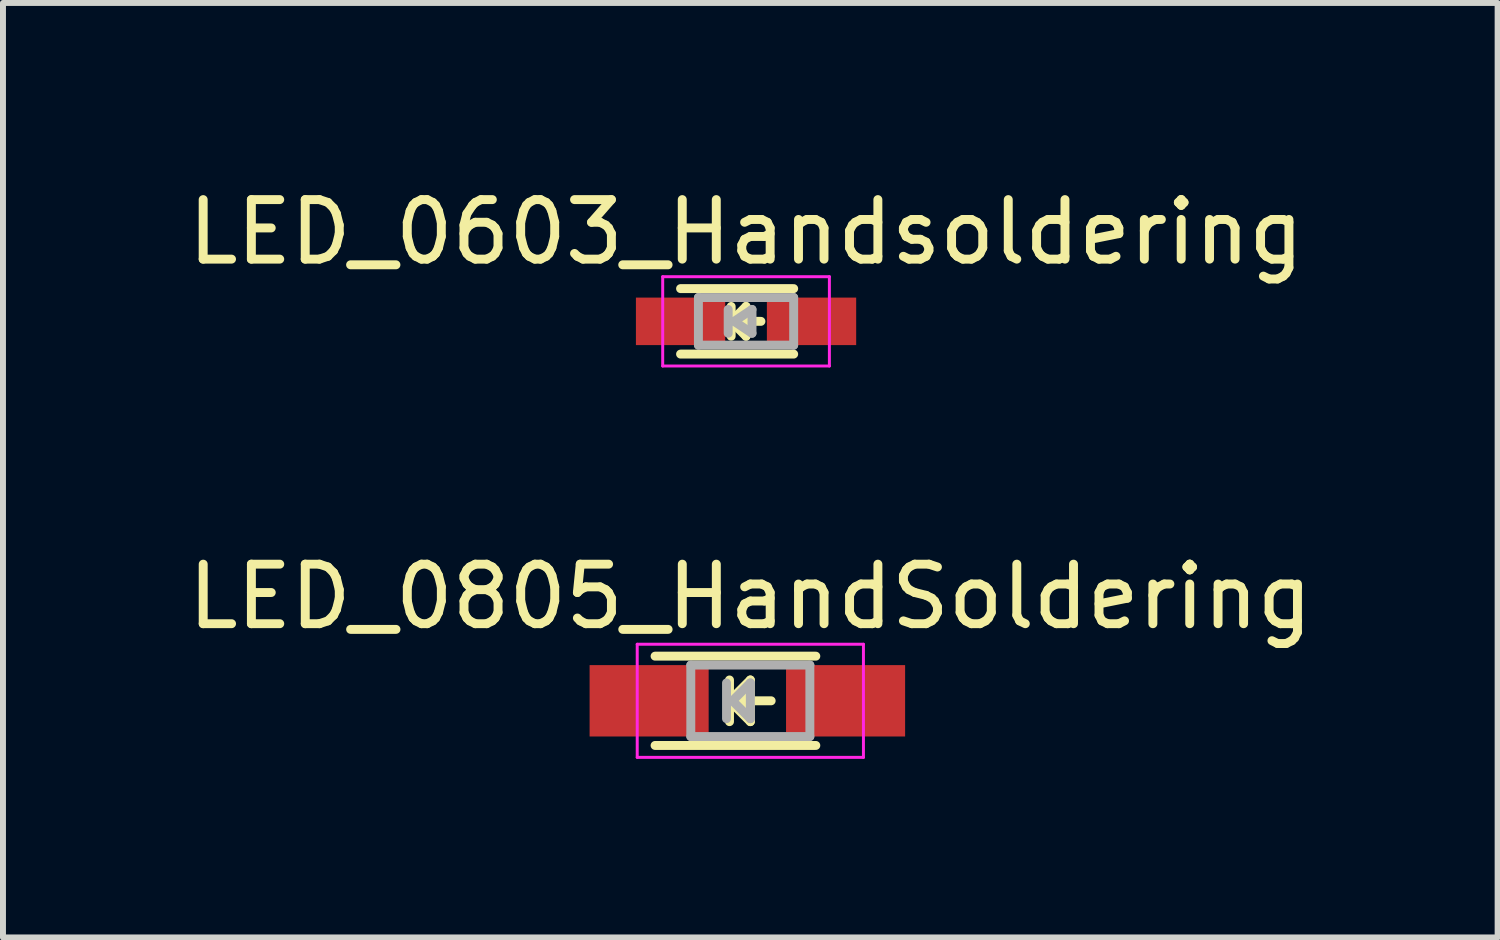
<source format=kicad_pcb>
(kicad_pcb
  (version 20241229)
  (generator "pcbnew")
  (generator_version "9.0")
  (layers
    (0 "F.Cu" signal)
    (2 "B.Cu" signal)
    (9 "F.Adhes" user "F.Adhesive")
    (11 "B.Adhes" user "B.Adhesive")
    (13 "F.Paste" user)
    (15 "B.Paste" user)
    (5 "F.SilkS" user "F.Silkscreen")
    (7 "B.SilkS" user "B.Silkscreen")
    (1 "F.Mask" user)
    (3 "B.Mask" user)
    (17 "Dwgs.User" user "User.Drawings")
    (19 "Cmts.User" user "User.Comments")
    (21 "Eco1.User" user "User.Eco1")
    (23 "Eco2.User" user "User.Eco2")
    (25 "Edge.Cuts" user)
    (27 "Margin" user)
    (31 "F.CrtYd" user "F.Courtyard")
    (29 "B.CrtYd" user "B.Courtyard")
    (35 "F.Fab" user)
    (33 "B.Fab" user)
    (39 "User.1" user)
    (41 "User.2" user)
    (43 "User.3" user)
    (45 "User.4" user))
  (footprint "LED_0603_Handsoldering"
    (layer "F.Cu")
    (at 9.482 2.348)
    (property "Reference" "LED_0603_Handsoldering" (at 0 -1.5 0) (layer "F.SilkS") (effects (font (size 1 1) (thickness 0.15))))
    (attr smd)
    (fp_line (start -1.1 -0.55) (end 0.8 -0.55) (stroke (width 0.15) (type solid)) (layer "F.SilkS"))
    (fp_line (start -1.1 0.55) (end 0.8 0.55) (stroke (width 0.15) (type solid)) (layer "F.SilkS"))
    (fp_line (start -0.25 -0.25) (end -0.25 0.25) (stroke (width 0.15) (type solid)) (layer "F.SilkS"))
    (fp_line (start -0.25 0) (end 0 -0.25) (stroke (width 0.15) (type solid)) (layer "F.SilkS"))
    (fp_line (start -0.2 0) (end 0.25 0) (stroke (width 0.15) (type solid)) (layer "F.SilkS"))
    (fp_line (start 0 -0.25) (end 0 0.25) (stroke (width 0.15) (type solid)) (layer "F.SilkS"))
    (fp_line (start 0 0.25) (end -0.25 0) (stroke (width 0.15) (type solid)) (layer "F.SilkS"))
    (fp_line (start -1.4 -0.75) (end 1.4 -0.75) (stroke (width 0.05) (type solid)) (layer "F.CrtYd"))
    (fp_line (start -1.4 0.75) (end -1.4 -0.75) (stroke (width 0.05) (type solid)) (layer "F.CrtYd"))
    (fp_line (start 1.4 -0.75) (end 1.4 0.75) (stroke (width 0.05) (type solid)) (layer "F.CrtYd"))
    (fp_line (start 1.4 0.75) (end -1.4 0.75) (stroke (width 0.05) (type solid)) (layer "F.CrtYd"))
    (fp_line (start -0.8 -0.4) (end 0.8 -0.4) (stroke (width 0.15) (type solid)) (layer "F.Fab"))
    (fp_line (start -0.8 0.4) (end -0.8 -0.4) (stroke (width 0.15) (type solid)) (layer "F.Fab"))
    (fp_line (start -0.3 -0.2) (end -0.3 0.2) (stroke (width 0.15) (type solid)) (layer "F.Fab"))
    (fp_line (start -0.2 0) (end 0.1 -0.2) (stroke (width 0.15) (type solid)) (layer "F.Fab"))
    (fp_line (start 0.1 -0.2) (end 0.1 0.2) (stroke (width 0.15) (type solid)) (layer "F.Fab"))
    (fp_line (start 0.1 0.2) (end -0.2 0) (stroke (width 0.15) (type solid)) (layer "F.Fab"))
    (fp_line (start 0.8 -0.4) (end 0.8 0.4) (stroke (width 0.15) (type solid)) (layer "F.Fab"))
    (fp_line (start 0.8 0.4) (end -0.8 0.4) (stroke (width 0.15) (type solid)) (layer "F.Fab"))
    (pad "1" smd rect (at -1.1 0 180) (size 1.5 0.798) (layers "F.Cu" "F.Mask" "F.Paste"))
    (pad "2" smd rect (at 1.1 0 180) (size 1.5 0.798) (layers "F.Cu" "F.Mask" "F.Paste")))
  (footprint "LED_0805_HandSoldering"
    (layer "F.Cu")
    (at 9.554 8.722)
    (property "Reference" "LED_0805_HandSoldering" (at 0 -1.75 0) (layer "F.SilkS") (effects (font (size 1 1) (thickness 0.15))))
    (attr smd)
    (fp_line (start -1.6 -0.75) (end 1.1 -0.75) (stroke (width 0.15) (type solid)) (layer "F.SilkS"))
    (fp_line (start -1.6 0.75) (end 1.1 0.75) (stroke (width 0.15) (type solid)) (layer "F.SilkS"))
    (fp_line (start -0.35 -0.35) (end -0.35 0.35) (stroke (width 0.15) (type solid)) (layer "F.SilkS"))
    (fp_line (start -0.35 0) (end 0 -0.35) (stroke (width 0.15) (type solid)) (layer "F.SilkS"))
    (fp_line (start -0.1 -0.1) (end -0.25 0.05) (stroke (width 0.15) (type solid)) (layer "F.SilkS"))
    (fp_line (start -0.1 0.15) (end -0.1 -0.1) (stroke (width 0.15) (type solid)) (layer "F.SilkS"))
    (fp_line (start 0 -0.35) (end 0 0.35) (stroke (width 0.15) (type solid)) (layer "F.SilkS"))
    (fp_line (start 0 0) (end 0.35 0) (stroke (width 0.15) (type solid)) (layer "F.SilkS"))
    (fp_line (start 0 0.35) (end -0.35 0) (stroke (width 0.15) (type solid)) (layer "F.SilkS"))
    (fp_line (start -1.9 -0.95) (end 1.9 -0.95) (stroke (width 0.05) (type solid)) (layer "F.CrtYd"))
    (fp_line (start -1.9 0.95) (end -1.9 -0.95) (stroke (width 0.05) (type solid)) (layer "F.CrtYd"))
    (fp_line (start 1.9 -0.95) (end 1.9 0.95) (stroke (width 0.05) (type solid)) (layer "F.CrtYd"))
    (fp_line (start 1.9 0.95) (end -1.9 0.95) (stroke (width 0.05) (type solid)) (layer "F.CrtYd"))
    (fp_line (start -1 -0.6) (end -1 0.6) (stroke (width 0.15) (type solid)) (layer "F.Fab"))
    (fp_line (start -1 0.6) (end 1 0.6) (stroke (width 0.15) (type solid)) (layer "F.Fab"))
    (fp_line (start -0.4 -0.3) (end -0.4 0.3) (stroke (width 0.15) (type solid)) (layer "F.Fab"))
    (fp_line (start -0.3 0) (end 0 -0.3) (stroke (width 0.15) (type solid)) (layer "F.Fab"))
    (fp_line (start 0 -0.3) (end 0 0.3) (stroke (width 0.15) (type solid)) (layer "F.Fab"))
    (fp_line (start 0 0.3) (end -0.3 0) (stroke (width 0.15) (type solid)) (layer "F.Fab"))
    (fp_line (start 1 -0.6) (end -1 -0.6) (stroke (width 0.15) (type solid)) (layer "F.Fab"))
    (fp_line (start 1 0.6) (end 1 -0.6) (stroke (width 0.15) (type solid)) (layer "F.Fab"))
    (pad "1" smd rect (at -1.7 0 180) (size 2 1.199) (layers "F.Cu" "F.Mask" "F.Paste"))
    (pad "2" smd rect (at 1.6 0 180) (size 2 1.199) (layers "F.Cu" "F.Mask" "F.Paste")))
  (gr_rect
    (start -3 -3)
    (end 22.107 12.697)
    (stroke (width 0.1) (type default))
    (fill no)
    (layer "Edge.Cuts")))
</source>
